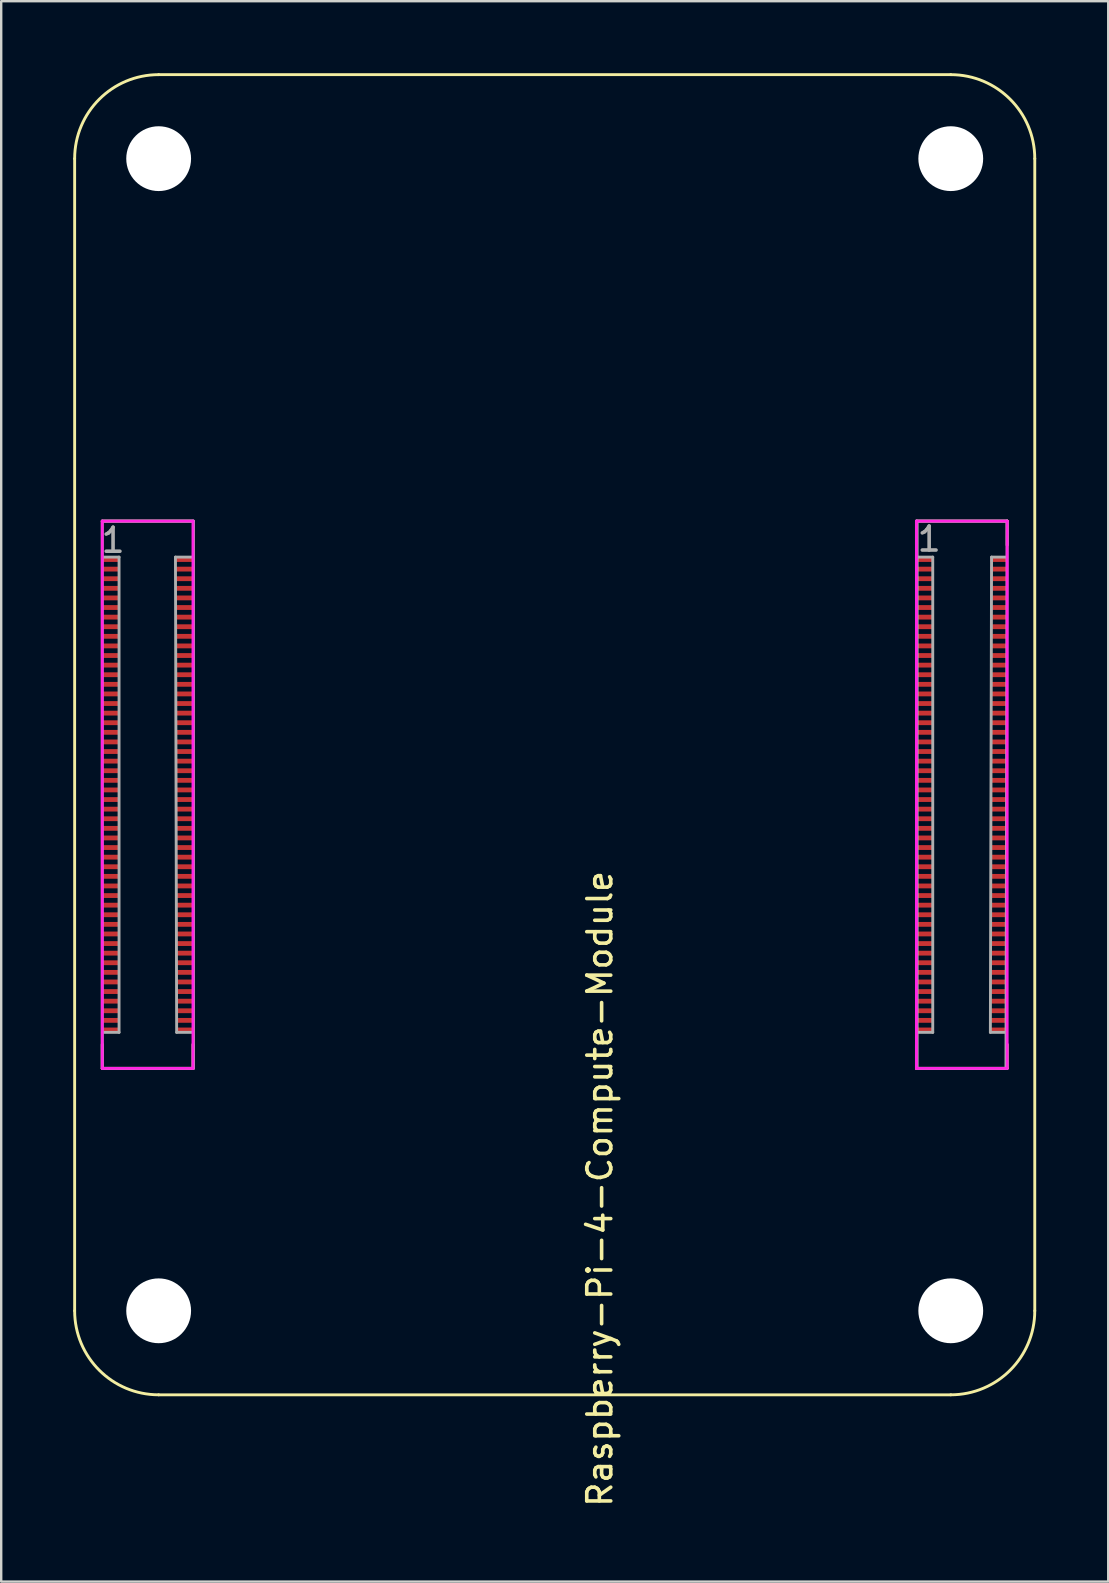
<source format=kicad_pcb>
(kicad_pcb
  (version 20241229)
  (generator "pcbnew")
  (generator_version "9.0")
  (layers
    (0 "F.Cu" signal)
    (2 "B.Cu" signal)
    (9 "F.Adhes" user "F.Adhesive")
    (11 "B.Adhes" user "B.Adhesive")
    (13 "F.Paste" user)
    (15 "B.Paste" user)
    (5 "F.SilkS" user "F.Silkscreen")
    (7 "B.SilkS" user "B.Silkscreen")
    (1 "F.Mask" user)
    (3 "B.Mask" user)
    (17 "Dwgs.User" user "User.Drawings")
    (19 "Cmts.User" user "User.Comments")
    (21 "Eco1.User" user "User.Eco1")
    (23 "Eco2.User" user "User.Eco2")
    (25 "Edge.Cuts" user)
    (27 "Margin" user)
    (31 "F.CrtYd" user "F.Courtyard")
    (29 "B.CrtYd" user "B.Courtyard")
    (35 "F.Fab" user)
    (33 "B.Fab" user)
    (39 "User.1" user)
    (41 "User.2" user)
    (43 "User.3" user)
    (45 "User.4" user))
  (footprint "Raspberry-Pi-4-Compute-Module"
    (layer "F.Cu")
    (at 20.06 30.06)
    (property "Reference" "Raspberry-Pi-4-Compute-Module" (at 1.88 16.42 270) (layer "F.SilkS") (effects (font (size 1 1) (thickness 0.15))))
    (attr smd)
    (fp_line (start -20 -26.5) (end -20 21.5) (stroke (width 0.12) (type solid)) (layer "F.SilkS"))
    (fp_line (start -18.85 -11.4) (end -15.07 -11.4) (stroke (width 0.12) (type solid)) (layer "F.SilkS"))
    (fp_line (start -18.85 11.4) (end -18.85 10.4) (stroke (width 0.12) (type solid)) (layer "F.SilkS"))
    (fp_line (start -18.85 11.4) (end -15.07 11.4) (stroke (width 0.12) (type solid)) (layer "F.SilkS"))
    (fp_line (start -16.5 25) (end 16.5 25) (stroke (width 0.12) (type solid)) (layer "F.SilkS"))
    (fp_line (start -15.07 11.4) (end -15.07 10.4) (stroke (width 0.12) (type solid)) (layer "F.SilkS"))
    (fp_line (start 15.07 -11.4) (end 15.07 -10.4) (stroke (width 0.12) (type solid)) (layer "F.SilkS"))
    (fp_line (start 15.07 -11.4) (end 18.85 -11.4) (stroke (width 0.12) (type solid)) (layer "F.SilkS"))
    (fp_line (start 15.07 11.4) (end 15.07 10.4) (stroke (width 0.12) (type solid)) (layer "F.SilkS"))
    (fp_line (start 15.07 11.4) (end 18.85 11.4) (stroke (width 0.12) (type solid)) (layer "F.SilkS"))
    (fp_line (start 16.5 -30) (end -16.5 -30) (stroke (width 0.12) (type solid)) (layer "F.SilkS"))
    (fp_line (start 18.85 -11.4) (end 18.85 -10.4) (stroke (width 0.12) (type solid)) (layer "F.SilkS"))
    (fp_line (start 18.85 11.4) (end 18.85 10.4) (stroke (width 0.12) (type solid)) (layer "F.SilkS"))
    (fp_line (start 20 21.5) (end 20 -26.5) (stroke (width 0.12) (type solid)) (layer "F.SilkS"))
    (fp_arc (start -20 -26.5) (mid -18.974874 -28.974874) (end -16.5 -30) (stroke (width 0.12) (type solid)) (layer "F.SilkS"))
    (fp_arc (start -16.5 25) (mid -18.974874 23.974874) (end -20 21.5) (stroke (width 0.12) (type solid)) (layer "F.SilkS"))
    (fp_arc (start 16.5 -30) (mid 18.974874 -28.974874) (end 20 -26.5) (stroke (width 0.12) (type solid)) (layer "F.SilkS"))
    (fp_arc (start 20 21.5) (mid 18.974874 23.974874) (end 16.5 25) (stroke (width 0.12) (type solid)) (layer "F.SilkS"))
    (fp_line (start -18.85 -11.4) (end -15.07 -11.4) (stroke (width 0.12) (type solid)) (layer "F.CrtYd"))
    (fp_line (start -18.85 11.4) (end -18.85 -11.4) (stroke (width 0.12) (type solid)) (layer "F.CrtYd"))
    (fp_line (start -15.07 -11.4) (end -15.07 11.4) (stroke (width 0.12) (type solid)) (layer "F.CrtYd"))
    (fp_line (start -15.07 11.4) (end -18.85 11.4) (stroke (width 0.12) (type solid)) (layer "F.CrtYd"))
    (fp_line (start 15.07 -11.4) (end 18.85 -11.4) (stroke (width 0.12) (type solid)) (layer "F.CrtYd"))
    (fp_line (start 15.07 11.4) (end 15.07 -11.4) (stroke (width 0.12) (type solid)) (layer "F.CrtYd"))
    (fp_line (start 18.85 -11.4) (end 18.85 11.4) (stroke (width 0.12) (type solid)) (layer "F.CrtYd"))
    (fp_line (start 18.85 11.4) (end 15.07 11.4) (stroke (width 0.12) (type solid)) (layer "F.CrtYd"))
    (fp_line (start -18.85 -11.4) (end -15.05 -11.4) (stroke (width 0.12) (type solid)) (layer "F.Fab"))
    (fp_line (start -18.85 11.4) (end -18.85 -11.4) (stroke (width 0.12) (type solid)) (layer "F.Fab"))
    (fp_line (start -18.8 -9.9) (end -18.15 -9.9) (stroke (width 0.12) (type solid)) (layer "F.Fab"))
    (fp_line (start -18.15 -9.9) (end -18.15 9.9) (stroke (width 0.12) (type solid)) (layer "F.Fab"))
    (fp_line (start -18.15 9.9) (end -18.8 9.9) (stroke (width 0.12) (type solid)) (layer "F.Fab"))
    (fp_line (start -15.8 -9.9) (end -15.1 -9.9) (stroke (width 0.12) (type solid)) (layer "F.Fab"))
    (fp_line (start -15.75 9.9) (end -15.8 -9.9) (stroke (width 0.12) (type solid)) (layer "F.Fab"))
    (fp_line (start -15.1 9.9) (end -15.75 9.9) (stroke (width 0.12) (type solid)) (layer "F.Fab"))
    (fp_line (start -15.05 -11.4) (end -15.05 11.4) (stroke (width 0.12) (type solid)) (layer "F.Fab"))
    (fp_line (start -15.05 11.4) (end -18.85 11.4) (stroke (width 0.12) (type solid)) (layer "F.Fab"))
    (fp_line (start 15.1 -11.4) (end 18.85 -11.4) (stroke (width 0.12) (type solid)) (layer "F.Fab"))
    (fp_line (start 15.1 11.4) (end 15.1 -11.4) (stroke (width 0.12) (type solid)) (layer "F.Fab"))
    (fp_line (start 15.15 -9.9) (end 15.75 -9.9) (stroke (width 0.12) (type solid)) (layer "F.Fab"))
    (fp_line (start 15.75 -9.9) (end 15.75 9.9) (stroke (width 0.12) (type solid)) (layer "F.Fab"))
    (fp_line (start 15.75 9.9) (end 15.15 9.9) (stroke (width 0.12) (type solid)) (layer "F.Fab"))
    (fp_line (start 18.15 9.9) (end 18.2 -9.9) (stroke (width 0.12) (type solid)) (layer "F.Fab"))
    (fp_line (start 18.2 -9.9) (end 18.8 -9.9) (stroke (width 0.12) (type solid)) (layer "F.Fab"))
    (fp_line (start 18.75 9.9) (end 18.15 9.9) (stroke (width 0.12) (type solid)) (layer "F.Fab"))
    (fp_line (start 18.8 11.4) (end 15.1 11.4) (stroke (width 0.12) (type solid)) (layer "F.Fab"))
    (fp_line (start 18.85 -11.4) (end 18.8 11.4) (stroke (width 0.12) (type solid)) (layer "F.Fab"))
    (fp_text user "1" (at -18.4 -10.6 0) (layer "F.Fab") (effects (font (size 1 1) (thickness 0.15))))
    (fp_text user "1" (at 15.6 -10.65 0) (layer "F.Fab") (effects (font (size 1 1) (thickness 0.15))))
    (pad "" np_thru_hole circle (at -16.5 -26.5) (size 2.7 2.7) (drill 2.7) (layers "*.Cu" "*.Mask"))
    (pad "" np_thru_hole circle (at -16.5 21.5) (size 2.7 2.7) (drill 2.7) (layers "*.Cu" "*.Mask"))
    (pad "" np_thru_hole circle (at 16.5 -26.5) (size 2.7 2.7) (drill 2.7) (layers "*.Cu" "*.Mask"))
    (pad "" np_thru_hole circle (at 16.5 21.5) (size 2.7 2.7) (drill 2.7) (layers "*.Cu" "*.Mask"))
    (pad "1" smd rect (at -18.5 -9.8 270) (size 0.2 0.7) (layers "F.Cu" "F.Mask" "F.Paste"))
    (pad "2" smd rect (at -15.42 -9.8 270) (size 0.2 0.7) (layers "F.Cu" "F.Mask" "F.Paste"))
    (pad "3" smd rect (at -18.5 -9.4 270) (size 0.2 0.7) (layers "F.Cu" "F.Mask" "F.Paste"))
    (pad "4" smd rect (at -15.42 -9.4 270) (size 0.2 0.7) (layers "F.Cu" "F.Mask" "F.Paste"))
    (pad "5" smd rect (at -18.5 -9 270) (size 0.2 0.7) (layers "F.Cu" "F.Mask" "F.Paste"))
    (pad "6" smd rect (at -15.42 -9 270) (size 0.2 0.7) (layers "F.Cu" "F.Mask" "F.Paste"))
    (pad "7" smd rect (at -18.5 -8.6 270) (size 0.2 0.7) (layers "F.Cu" "F.Mask" "F.Paste"))
    (pad "8" smd rect (at -15.42 -8.6 270) (size 0.2 0.7) (layers "F.Cu" "F.Mask" "F.Paste"))
    (pad "9" smd rect (at -18.5 -8.2 270) (size 0.2 0.7) (layers "F.Cu" "F.Mask" "F.Paste"))
    (pad "10" smd rect (at -15.42 -8.2 270) (size 0.2 0.7) (layers "F.Cu" "F.Mask" "F.Paste"))
    (pad "11" smd rect (at -18.5 -7.8 270) (size 0.2 0.7) (layers "F.Cu" "F.Mask" "F.Paste"))
    (pad "12" smd rect (at -15.42 -7.8 270) (size 0.2 0.7) (layers "F.Cu" "F.Mask" "F.Paste"))
    (pad "13" smd rect (at -18.5 -7.4 270) (size 0.2 0.7) (layers "F.Cu" "F.Mask" "F.Paste"))
    (pad "14" smd rect (at -15.42 -7.4 270) (size 0.2 0.7) (layers "F.Cu" "F.Mask" "F.Paste"))
    (pad "15" smd rect (at -18.5 -7 270) (size 0.2 0.7) (layers "F.Cu" "F.Mask" "F.Paste"))
    (pad "16" smd rect (at -15.42 -7 270) (size 0.2 0.7) (layers "F.Cu" "F.Mask" "F.Paste"))
    (pad "17" smd rect (at -18.5 -6.6 270) (size 0.2 0.7) (layers "F.Cu" "F.Mask" "F.Paste"))
    (pad "18" smd rect (at -15.42 -6.6 270) (size 0.2 0.7) (layers "F.Cu" "F.Mask" "F.Paste"))
    (pad "19" smd rect (at -18.5 -6.2 270) (size 0.2 0.7) (layers "F.Cu" "F.Mask" "F.Paste"))
    (pad "20" smd rect (at -15.42 -6.2 270) (size 0.2 0.7) (layers "F.Cu" "F.Mask" "F.Paste"))
    (pad "21" smd rect (at -18.5 -5.8 270) (size 0.2 0.7) (layers "F.Cu" "F.Mask" "F.Paste"))
    (pad "22" smd rect (at -15.42 -5.8 270) (size 0.2 0.7) (layers "F.Cu" "F.Mask" "F.Paste"))
    (pad "23" smd rect (at -18.5 -5.4 270) (size 0.2 0.7) (layers "F.Cu" "F.Mask" "F.Paste"))
    (pad "24" smd rect (at -15.42 -5.4 270) (size 0.2 0.7) (layers "F.Cu" "F.Mask" "F.Paste"))
    (pad "25" smd rect (at -18.5 -5 270) (size 0.2 0.7) (layers "F.Cu" "F.Mask" "F.Paste"))
    (pad "26" smd rect (at -15.42 -5 270) (size 0.2 0.7) (layers "F.Cu" "F.Mask" "F.Paste"))
    (pad "27" smd rect (at -18.5 -4.6 270) (size 0.2 0.7) (layers "F.Cu" "F.Mask" "F.Paste"))
    (pad "28" smd rect (at -15.42 -4.6 270) (size 0.2 0.7) (layers "F.Cu" "F.Mask" "F.Paste"))
    (pad "29" smd rect (at -18.5 -4.2 270) (size 0.2 0.7) (layers "F.Cu" "F.Mask" "F.Paste"))
    (pad "30" smd rect (at -15.42 -4.2 270) (size 0.2 0.7) (layers "F.Cu" "F.Mask" "F.Paste"))
    (pad "31" smd rect (at -18.5 -3.8 270) (size 0.2 0.7) (layers "F.Cu" "F.Mask" "F.Paste"))
    (pad "32" smd rect (at -15.42 -3.8 270) (size 0.2 0.7) (layers "F.Cu" "F.Mask" "F.Paste"))
    (pad "33" smd rect (at -18.5 -3.4 270) (size 0.2 0.7) (layers "F.Cu" "F.Mask" "F.Paste"))
    (pad "34" smd rect (at -15.42 -3.4 270) (size 0.2 0.7) (layers "F.Cu" "F.Mask" "F.Paste"))
    (pad "35" smd rect (at -18.5 -3 270) (size 0.2 0.7) (layers "F.Cu" "F.Mask" "F.Paste"))
    (pad "36" smd rect (at -15.42 -3 270) (size 0.2 0.7) (layers "F.Cu" "F.Mask" "F.Paste"))
    (pad "37" smd rect (at -18.5 -2.6 270) (size 0.2 0.7) (layers "F.Cu" "F.Mask" "F.Paste"))
    (pad "38" smd rect (at -15.42 -2.6 270) (size 0.2 0.7) (layers "F.Cu" "F.Mask" "F.Paste"))
    (pad "39" smd rect (at -18.5 -2.2 270) (size 0.2 0.7) (layers "F.Cu" "F.Mask" "F.Paste"))
    (pad "40" smd rect (at -15.42 -2.2 270) (size 0.2 0.7) (layers "F.Cu" "F.Mask" "F.Paste"))
    (pad "41" smd rect (at -18.5 -1.8 270) (size 0.2 0.7) (layers "F.Cu" "F.Mask" "F.Paste"))
    (pad "42" smd rect (at -15.42 -1.8 270) (size 0.2 0.7) (layers "F.Cu" "F.Mask" "F.Paste"))
    (pad "43" smd rect (at -18.5 -1.4 270) (size 0.2 0.7) (layers "F.Cu" "F.Mask" "F.Paste"))
    (pad "44" smd rect (at -15.42 -1.4 270) (size 0.2 0.7) (layers "F.Cu" "F.Mask" "F.Paste"))
    (pad "45" smd rect (at -18.5 -1 270) (size 0.2 0.7) (layers "F.Cu" "F.Mask" "F.Paste"))
    (pad "46" smd rect (at -15.42 -1 270) (size 0.2 0.7) (layers "F.Cu" "F.Mask" "F.Paste"))
    (pad "47" smd rect (at -18.5 -0.6 270) (size 0.2 0.7) (layers "F.Cu" "F.Mask" "F.Paste"))
    (pad "48" smd rect (at -15.42 -0.6 270) (size 0.2 0.7) (layers "F.Cu" "F.Mask" "F.Paste"))
    (pad "49" smd rect (at -18.5 -0.2 270) (size 0.2 0.7) (layers "F.Cu" "F.Mask" "F.Paste"))
    (pad "50" smd rect (at -15.42 -0.2 270) (size 0.2 0.7) (layers "F.Cu" "F.Mask" "F.Paste"))
    (pad "51" smd rect (at -18.5 0.2 270) (size 0.2 0.7) (layers "F.Cu" "F.Mask" "F.Paste"))
    (pad "52" smd rect (at -15.42 0.2 270) (size 0.2 0.7) (layers "F.Cu" "F.Mask" "F.Paste"))
    (pad "53" smd rect (at -18.5 0.6 270) (size 0.2 0.7) (layers "F.Cu" "F.Mask" "F.Paste"))
    (pad "54" smd rect (at -15.42 0.6 270) (size 0.2 0.7) (layers "F.Cu" "F.Mask" "F.Paste"))
    (pad "55" smd rect (at -18.5 1 270) (size 0.2 0.7) (layers "F.Cu" "F.Mask" "F.Paste"))
    (pad "56" smd rect (at -15.42 1 270) (size 0.2 0.7) (layers "F.Cu" "F.Mask" "F.Paste"))
    (pad "57" smd rect (at -18.5 1.4 270) (size 0.2 0.7) (layers "F.Cu" "F.Mask" "F.Paste"))
    (pad "58" smd rect (at -15.42 1.4 270) (size 0.2 0.7) (layers "F.Cu" "F.Mask" "F.Paste"))
    (pad "59" smd rect (at -18.5 1.8 270) (size 0.2 0.7) (layers "F.Cu" "F.Mask" "F.Paste"))
    (pad "60" smd rect (at -15.42 1.8 270) (size 0.2 0.7) (layers "F.Cu" "F.Mask" "F.Paste"))
    (pad "61" smd rect (at -18.5 2.2 270) (size 0.2 0.7) (layers "F.Cu" "F.Mask" "F.Paste"))
    (pad "62" smd rect (at -15.42 2.2 270) (size 0.2 0.7) (layers "F.Cu" "F.Mask" "F.Paste"))
    (pad "63" smd rect (at -18.5 2.6 270) (size 0.2 0.7) (layers "F.Cu" "F.Mask" "F.Paste"))
    (pad "64" smd rect (at -15.42 2.6 270) (size 0.2 0.7) (layers "F.Cu" "F.Mask" "F.Paste"))
    (pad "65" smd rect (at -18.5 3 270) (size 0.2 0.7) (layers "F.Cu" "F.Mask" "F.Paste"))
    (pad "66" smd rect (at -15.42 3 270) (size 0.2 0.7) (layers "F.Cu" "F.Mask" "F.Paste"))
    (pad "67" smd rect (at -18.5 3.4 270) (size 0.2 0.7) (layers "F.Cu" "F.Mask" "F.Paste"))
    (pad "68" smd rect (at -15.42 3.4 270) (size 0.2 0.7) (layers "F.Cu" "F.Mask" "F.Paste"))
    (pad "69" smd rect (at -18.5 3.8 270) (size 0.2 0.7) (layers "F.Cu" "F.Mask" "F.Paste"))
    (pad "70" smd rect (at -15.42 3.8 270) (size 0.2 0.7) (layers "F.Cu" "F.Mask" "F.Paste"))
    (pad "71" smd rect (at -18.5 4.2 270) (size 0.2 0.7) (layers "F.Cu" "F.Mask" "F.Paste"))
    (pad "72" smd rect (at -15.42 4.2 270) (size 0.2 0.7) (layers "F.Cu" "F.Mask" "F.Paste"))
    (pad "73" smd rect (at -18.5 4.6 270) (size 0.2 0.7) (layers "F.Cu" "F.Mask" "F.Paste"))
    (pad "74" smd rect (at -15.42 4.6 270) (size 0.2 0.7) (layers "F.Cu" "F.Mask" "F.Paste"))
    (pad "75" smd rect (at -18.5 5 270) (size 0.2 0.7) (layers "F.Cu" "F.Mask" "F.Paste"))
    (pad "76" smd rect (at -15.42 5 270) (size 0.2 0.7) (layers "F.Cu" "F.Mask" "F.Paste"))
    (pad "77" smd rect (at -18.5 5.4 270) (size 0.2 0.7) (layers "F.Cu" "F.Mask" "F.Paste"))
    (pad "78" smd rect (at -15.42 5.4 270) (size 0.2 0.7) (layers "F.Cu" "F.Mask" "F.Paste"))
    (pad "79" smd rect (at -18.5 5.8 270) (size 0.2 0.7) (layers "F.Cu" "F.Mask" "F.Paste"))
    (pad "80" smd rect (at -15.42 5.8 270) (size 0.2 0.7) (layers "F.Cu" "F.Mask" "F.Paste"))
    (pad "81" smd rect (at -18.5 6.2 270) (size 0.2 0.7) (layers "F.Cu" "F.Mask" "F.Paste"))
    (pad "82" smd rect (at -15.42 6.2 270) (size 0.2 0.7) (layers "F.Cu" "F.Mask" "F.Paste"))
    (pad "83" smd rect (at -18.5 6.6 270) (size 0.2 0.7) (layers "F.Cu" "F.Mask" "F.Paste"))
    (pad "84" smd rect (at -15.42 6.6 270) (size 0.2 0.7) (layers "F.Cu" "F.Mask" "F.Paste"))
    (pad "85" smd rect (at -18.5 7 270) (size 0.2 0.7) (layers "F.Cu" "F.Mask" "F.Paste"))
    (pad "86" smd rect (at -15.42 7 270) (size 0.2 0.7) (layers "F.Cu" "F.Mask" "F.Paste"))
    (pad "87" smd rect (at -18.5 7.4 270) (size 0.2 0.7) (layers "F.Cu" "F.Mask" "F.Paste"))
    (pad "88" smd rect (at -15.42 7.4 270) (size 0.2 0.7) (layers "F.Cu" "F.Mask" "F.Paste"))
    (pad "89" smd rect (at -18.5 7.8 270) (size 0.2 0.7) (layers "F.Cu" "F.Mask" "F.Paste"))
    (pad "90" smd rect (at -15.42 7.8 270) (size 0.2 0.7) (layers "F.Cu" "F.Mask" "F.Paste"))
    (pad "91" smd rect (at -18.5 8.2 270) (size 0.2 0.7) (layers "F.Cu" "F.Mask" "F.Paste"))
    (pad "92" smd rect (at -15.42 8.2 270) (size 0.2 0.7) (layers "F.Cu" "F.Mask" "F.Paste"))
    (pad "93" smd rect (at -18.5 8.6 270) (size 0.2 0.7) (layers "F.Cu" "F.Mask" "F.Paste"))
    (pad "94" smd rect (at -15.42 8.6 270) (size 0.2 0.7) (layers "F.Cu" "F.Mask" "F.Paste"))
    (pad "95" smd rect (at -18.5 9 270) (size 0.2 0.7) (layers "F.Cu" "F.Mask" "F.Paste"))
    (pad "96" smd rect (at -15.42 9 270) (size 0.2 0.7) (layers "F.Cu" "F.Mask" "F.Paste"))
    (pad "97" smd rect (at -18.5 9.4 270) (size 0.2 0.7) (layers "F.Cu" "F.Mask" "F.Paste"))
    (pad "98" smd rect (at -15.42 9.4 270) (size 0.2 0.7) (layers "F.Cu" "F.Mask" "F.Paste"))
    (pad "99" smd rect (at -18.5 9.8 270) (size 0.2 0.7) (layers "F.Cu" "F.Mask" "F.Paste"))
    (pad "100" smd rect (at -15.42 9.8 270) (size 0.2 0.7) (layers "F.Cu" "F.Mask" "F.Paste"))
    (pad "101" smd rect (at 15.42 -9.8 270) (size 0.2 0.7) (layers "F.Cu" "F.Mask" "F.Paste"))
    (pad "102" smd rect (at 18.5 -9.8 270) (size 0.2 0.7) (layers "F.Cu" "F.Mask" "F.Paste"))
    (pad "103" smd rect (at 15.42 -9.4 270) (size 0.2 0.7) (layers "F.Cu" "F.Mask" "F.Paste"))
    (pad "104" smd rect (at 18.5 -9.4 270) (size 0.2 0.7) (layers "F.Cu" "F.Mask" "F.Paste"))
    (pad "105" smd rect (at 15.42 -9 270) (size 0.2 0.7) (layers "F.Cu" "F.Mask" "F.Paste"))
    (pad "106" smd rect (at 18.5 -9 270) (size 0.2 0.7) (layers "F.Cu" "F.Mask" "F.Paste"))
    (pad "107" smd rect (at 15.42 -8.6 270) (size 0.2 0.7) (layers "F.Cu" "F.Mask" "F.Paste"))
    (pad "108" smd rect (at 18.5 -8.6 270) (size 0.2 0.7) (layers "F.Cu" "F.Mask" "F.Paste"))
    (pad "109" smd rect (at 15.42 -8.2 270) (size 0.2 0.7) (layers "F.Cu" "F.Mask" "F.Paste"))
    (pad "110" smd rect (at 18.5 -8.2 270) (size 0.2 0.7) (layers "F.Cu" "F.Mask" "F.Paste"))
    (pad "111" smd rect (at 15.42 -7.8 270) (size 0.2 0.7) (layers "F.Cu" "F.Mask" "F.Paste"))
    (pad "112" smd rect (at 18.5 -7.8 270) (size 0.2 0.7) (layers "F.Cu" "F.Mask" "F.Paste"))
    (pad "113" smd rect (at 15.42 -7.4 270) (size 0.2 0.7) (layers "F.Cu" "F.Mask" "F.Paste"))
    (pad "114" smd rect (at 18.5 -7.4 270) (size 0.2 0.7) (layers "F.Cu" "F.Mask" "F.Paste"))
    (pad "115" smd rect (at 15.42 -7 270) (size 0.2 0.7) (layers "F.Cu" "F.Mask" "F.Paste"))
    (pad "116" smd rect (at 18.5 -7 270) (size 0.2 0.7) (layers "F.Cu" "F.Mask" "F.Paste"))
    (pad "117" smd rect (at 15.42 -6.6 270) (size 0.2 0.7) (layers "F.Cu" "F.Mask" "F.Paste"))
    (pad "118" smd rect (at 18.5 -6.6 270) (size 0.2 0.7) (layers "F.Cu" "F.Mask" "F.Paste"))
    (pad "119" smd rect (at 15.42 -6.2 270) (size 0.2 0.7) (layers "F.Cu" "F.Mask" "F.Paste"))
    (pad "120" smd rect (at 18.5 -6.2 270) (size 0.2 0.7) (layers "F.Cu" "F.Mask" "F.Paste"))
    (pad "121" smd rect (at 15.42 -5.8 270) (size 0.2 0.7) (layers "F.Cu" "F.Mask" "F.Paste"))
    (pad "122" smd rect (at 18.5 -5.8 270) (size 0.2 0.7) (layers "F.Cu" "F.Mask" "F.Paste"))
    (pad "123" smd rect (at 15.42 -5.4 270) (size 0.2 0.7) (layers "F.Cu" "F.Mask" "F.Paste"))
    (pad "124" smd rect (at 18.5 -5.4 270) (size 0.2 0.7) (layers "F.Cu" "F.Mask" "F.Paste"))
    (pad "125" smd rect (at 15.42 -5 270) (size 0.2 0.7) (layers "F.Cu" "F.Mask" "F.Paste"))
    (pad "126" smd rect (at 18.5 -5 270) (size 0.2 0.7) (layers "F.Cu" "F.Mask" "F.Paste"))
    (pad "127" smd rect (at 15.42 -4.6 270) (size 0.2 0.7) (layers "F.Cu" "F.Mask" "F.Paste"))
    (pad "128" smd rect (at 18.5 -4.6 270) (size 0.2 0.7) (layers "F.Cu" "F.Mask" "F.Paste"))
    (pad "129" smd rect (at 15.42 -4.2 270) (size 0.2 0.7) (layers "F.Cu" "F.Mask" "F.Paste"))
    (pad "130" smd rect (at 18.5 -4.2 270) (size 0.2 0.7) (layers "F.Cu" "F.Mask" "F.Paste"))
    (pad "131" smd rect (at 15.42 -3.8 270) (size 0.2 0.7) (layers "F.Cu" "F.Mask" "F.Paste"))
    (pad "132" smd rect (at 18.5 -3.8 270) (size 0.2 0.7) (layers "F.Cu" "F.Mask" "F.Paste"))
    (pad "133" smd rect (at 15.42 -3.4 270) (size 0.2 0.7) (layers "F.Cu" "F.Mask" "F.Paste"))
    (pad "134" smd rect (at 18.5 -3.4 270) (size 0.2 0.7) (layers "F.Cu" "F.Mask" "F.Paste"))
    (pad "135" smd rect (at 15.42 -3 270) (size 0.2 0.7) (layers "F.Cu" "F.Mask" "F.Paste"))
    (pad "136" smd rect (at 18.5 -3 270) (size 0.2 0.7) (layers "F.Cu" "F.Mask" "F.Paste"))
    (pad "137" smd rect (at 15.42 -2.6 270) (size 0.2 0.7) (layers "F.Cu" "F.Mask" "F.Paste"))
    (pad "138" smd rect (at 18.5 -2.6 270) (size 0.2 0.7) (layers "F.Cu" "F.Mask" "F.Paste"))
    (pad "139" smd rect (at 15.42 -2.2 270) (size 0.2 0.7) (layers "F.Cu" "F.Mask" "F.Paste"))
    (pad "140" smd rect (at 18.5 -2.2 270) (size 0.2 0.7) (layers "F.Cu" "F.Mask" "F.Paste"))
    (pad "141" smd rect (at 15.42 -1.8 270) (size 0.2 0.7) (layers "F.Cu" "F.Mask" "F.Paste"))
    (pad "142" smd rect (at 18.5 -1.8 270) (size 0.2 0.7) (layers "F.Cu" "F.Mask" "F.Paste"))
    (pad "143" smd rect (at 15.42 -1.4 270) (size 0.2 0.7) (layers "F.Cu" "F.Mask" "F.Paste"))
    (pad "144" smd rect (at 18.5 -1.4 270) (size 0.2 0.7) (layers "F.Cu" "F.Mask" "F.Paste"))
    (pad "145" smd rect (at 15.42 -1 270) (size 0.2 0.7) (layers "F.Cu" "F.Mask" "F.Paste"))
    (pad "146" smd rect (at 18.5 -1 270) (size 0.2 0.7) (layers "F.Cu" "F.Mask" "F.Paste"))
    (pad "147" smd rect (at 15.42 -0.6 270) (size 0.2 0.7) (layers "F.Cu" "F.Mask" "F.Paste"))
    (pad "148" smd rect (at 18.5 -0.6 270) (size 0.2 0.7) (layers "F.Cu" "F.Mask" "F.Paste"))
    (pad "149" smd rect (at 15.42 -0.2 270) (size 0.2 0.7) (layers "F.Cu" "F.Mask" "F.Paste"))
    (pad "150" smd rect (at 18.5 -0.2 270) (size 0.2 0.7) (layers "F.Cu" "F.Mask" "F.Paste"))
    (pad "151" smd rect (at 15.42 0.2 270) (size 0.2 0.7) (layers "F.Cu" "F.Mask" "F.Paste"))
    (pad "152" smd rect (at 18.5 0.2 270) (size 0.2 0.7) (layers "F.Cu" "F.Mask" "F.Paste"))
    (pad "153" smd rect (at 15.42 0.6 270) (size 0.2 0.7) (layers "F.Cu" "F.Mask" "F.Paste"))
    (pad "154" smd rect (at 18.5 0.6 270) (size 0.2 0.7) (layers "F.Cu" "F.Mask" "F.Paste"))
    (pad "155" smd rect (at 15.42 1 270) (size 0.2 0.7) (layers "F.Cu" "F.Mask" "F.Paste"))
    (pad "156" smd rect (at 18.5 1 270) (size 0.2 0.7) (layers "F.Cu" "F.Mask" "F.Paste"))
    (pad "157" smd rect (at 15.42 1.4 270) (size 0.2 0.7) (layers "F.Cu" "F.Mask" "F.Paste"))
    (pad "158" smd rect (at 18.5 1.4 270) (size 0.2 0.7) (layers "F.Cu" "F.Mask" "F.Paste"))
    (pad "159" smd rect (at 15.42 1.8 270) (size 0.2 0.7) (layers "F.Cu" "F.Mask" "F.Paste"))
    (pad "160" smd rect (at 18.5 1.8 270) (size 0.2 0.7) (layers "F.Cu" "F.Mask" "F.Paste"))
    (pad "161" smd rect (at 15.42 2.2 270) (size 0.2 0.7) (layers "F.Cu" "F.Mask" "F.Paste"))
    (pad "162" smd rect (at 18.5 2.2 270) (size 0.2 0.7) (layers "F.Cu" "F.Mask" "F.Paste"))
    (pad "163" smd rect (at 15.42 2.6 270) (size 0.2 0.7) (layers "F.Cu" "F.Mask" "F.Paste"))
    (pad "164" smd rect (at 18.5 2.6 270) (size 0.2 0.7) (layers "F.Cu" "F.Mask" "F.Paste"))
    (pad "165" smd rect (at 15.42 3 270) (size 0.2 0.7) (layers "F.Cu" "F.Mask" "F.Paste"))
    (pad "166" smd rect (at 18.5 3 270) (size 0.2 0.7) (layers "F.Cu" "F.Mask" "F.Paste"))
    (pad "167" smd rect (at 15.42 3.4 270) (size 0.2 0.7) (layers "F.Cu" "F.Mask" "F.Paste"))
    (pad "168" smd rect (at 18.5 3.4 270) (size 0.2 0.7) (layers "F.Cu" "F.Mask" "F.Paste"))
    (pad "169" smd rect (at 15.42 3.8 270) (size 0.2 0.7) (layers "F.Cu" "F.Mask" "F.Paste"))
    (pad "170" smd rect (at 18.5 3.8 270) (size 0.2 0.7) (layers "F.Cu" "F.Mask" "F.Paste"))
    (pad "171" smd rect (at 15.42 4.2 270) (size 0.2 0.7) (layers "F.Cu" "F.Mask" "F.Paste"))
    (pad "172" smd rect (at 18.5 4.2 270) (size 0.2 0.7) (layers "F.Cu" "F.Mask" "F.Paste"))
    (pad "173" smd rect (at 15.42 4.6 270) (size 0.2 0.7) (layers "F.Cu" "F.Mask" "F.Paste"))
    (pad "174" smd rect (at 18.5 4.6 270) (size 0.2 0.7) (layers "F.Cu" "F.Mask" "F.Paste"))
    (pad "175" smd rect (at 15.42 5 270) (size 0.2 0.7) (layers "F.Cu" "F.Mask" "F.Paste"))
    (pad "176" smd rect (at 18.5 5 270) (size 0.2 0.7) (layers "F.Cu" "F.Mask" "F.Paste"))
    (pad "177" smd rect (at 15.42 5.4 270) (size 0.2 0.7) (layers "F.Cu" "F.Mask" "F.Paste"))
    (pad "178" smd rect (at 18.5 5.4 270) (size 0.2 0.7) (layers "F.Cu" "F.Mask" "F.Paste"))
    (pad "179" smd rect (at 15.42 5.8 270) (size 0.2 0.7) (layers "F.Cu" "F.Mask" "F.Paste"))
    (pad "180" smd rect (at 18.5 5.8 270) (size 0.2 0.7) (layers "F.Cu" "F.Mask" "F.Paste"))
    (pad "181" smd rect (at 15.42 6.2 270) (size 0.2 0.7) (layers "F.Cu" "F.Mask" "F.Paste"))
    (pad "182" smd rect (at 18.5 6.2 270) (size 0.2 0.7) (layers "F.Cu" "F.Mask" "F.Paste"))
    (pad "183" smd rect (at 15.42 6.6 270) (size 0.2 0.7) (layers "F.Cu" "F.Mask" "F.Paste"))
    (pad "184" smd rect (at 18.5 6.6 270) (size 0.2 0.7) (layers "F.Cu" "F.Mask" "F.Paste"))
    (pad "185" smd rect (at 15.42 7 270) (size 0.2 0.7) (layers "F.Cu" "F.Mask" "F.Paste"))
    (pad "186" smd rect (at 18.5 7 270) (size 0.2 0.7) (layers "F.Cu" "F.Mask" "F.Paste"))
    (pad "187" smd rect (at 15.42 7.4 270) (size 0.2 0.7) (layers "F.Cu" "F.Mask" "F.Paste"))
    (pad "188" smd rect (at 18.5 7.4 270) (size 0.2 0.7) (layers "F.Cu" "F.Mask" "F.Paste"))
    (pad "189" smd rect (at 15.42 7.8 270) (size 0.2 0.7) (layers "F.Cu" "F.Mask" "F.Paste"))
    (pad "190" smd rect (at 18.5 7.8 270) (size 0.2 0.7) (layers "F.Cu" "F.Mask" "F.Paste"))
    (pad "191" smd rect (at 15.42 8.2 270) (size 0.2 0.7) (layers "F.Cu" "F.Mask" "F.Paste"))
    (pad "192" smd rect (at 18.5 8.2 270) (size 0.2 0.7) (layers "F.Cu" "F.Mask" "F.Paste"))
    (pad "193" smd rect (at 15.42 8.6 270) (size 0.2 0.7) (layers "F.Cu" "F.Mask" "F.Paste"))
    (pad "194" smd rect (at 18.5 8.6 270) (size 0.2 0.7) (layers "F.Cu" "F.Mask" "F.Paste"))
    (pad "195" smd rect (at 15.42 9 270) (size 0.2 0.7) (layers "F.Cu" "F.Mask" "F.Paste"))
    (pad "196" smd rect (at 18.5 9 270) (size 0.2 0.7) (layers "F.Cu" "F.Mask" "F.Paste"))
    (pad "197" smd rect (at 15.42 9.4 270) (size 0.2 0.7) (layers "F.Cu" "F.Mask" "F.Paste"))
    (pad "198" smd rect (at 18.5 9.4 270) (size 0.2 0.7) (layers "F.Cu" "F.Mask" "F.Paste"))
    (pad "199" smd rect (at 15.42 9.8 270) (size 0.2 0.7) (layers "F.Cu" "F.Mask" "F.Paste"))
    (pad "200" smd rect (at 18.5 9.8 270) (size 0.2 0.7) (layers "F.Cu" "F.Mask" "F.Paste"))
    (zone (net_name "") (layers "F.Cu" "B.Cu" "User.1") (hatch full 0.5) (connect_pads) (min_thickness 0.25) (filled_areas_thickness no) (keepout (tracks not_allowed) (vias not_allowed) (pads not_allowed) (copperpour not_allowed) (footprints not_allowed)) (placement (enabled no)) (fill) (polygon (pts (xy 29.56 0.06) (xy 29.56 7.16) (xy 18.56 7.16) (xy 18.56 0.06)))))
  (gr_rect
    (start -3 -3)
    (end 43.12 62.843)
    (stroke (width 0.1) (type default))
    (fill no)
    (layer "Edge.Cuts")))
</source>
